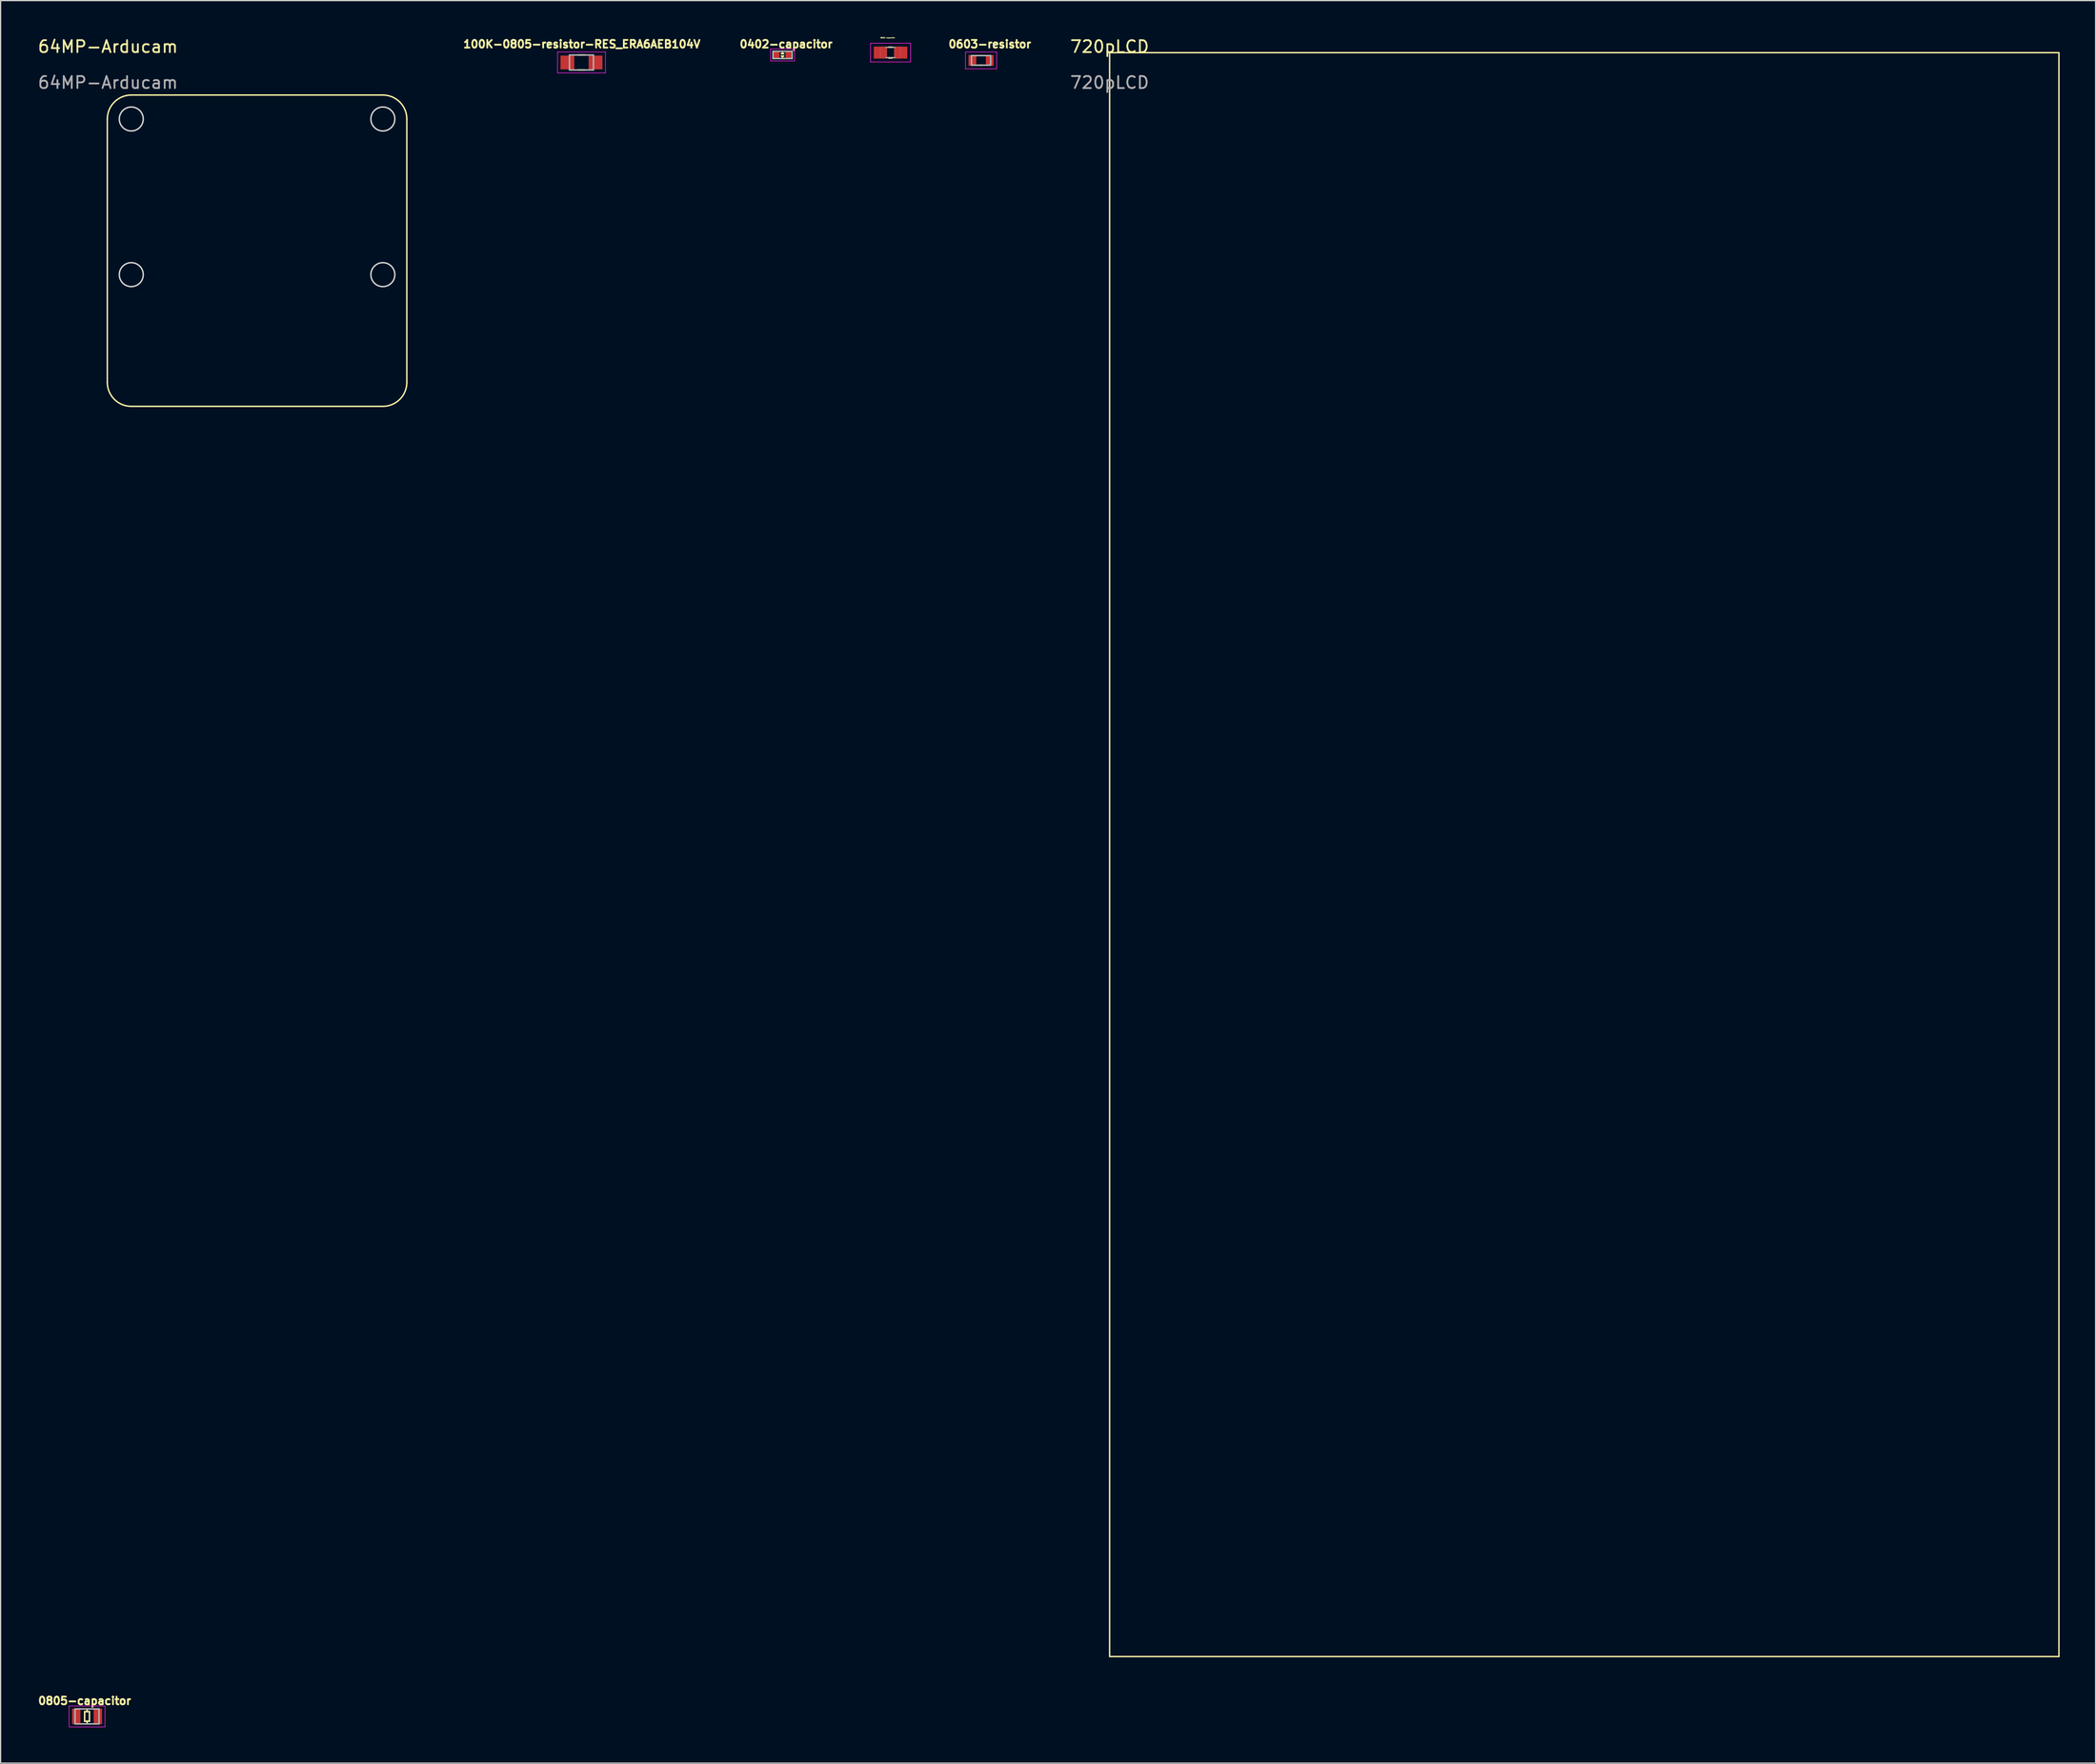
<source format=kicad_pcb>
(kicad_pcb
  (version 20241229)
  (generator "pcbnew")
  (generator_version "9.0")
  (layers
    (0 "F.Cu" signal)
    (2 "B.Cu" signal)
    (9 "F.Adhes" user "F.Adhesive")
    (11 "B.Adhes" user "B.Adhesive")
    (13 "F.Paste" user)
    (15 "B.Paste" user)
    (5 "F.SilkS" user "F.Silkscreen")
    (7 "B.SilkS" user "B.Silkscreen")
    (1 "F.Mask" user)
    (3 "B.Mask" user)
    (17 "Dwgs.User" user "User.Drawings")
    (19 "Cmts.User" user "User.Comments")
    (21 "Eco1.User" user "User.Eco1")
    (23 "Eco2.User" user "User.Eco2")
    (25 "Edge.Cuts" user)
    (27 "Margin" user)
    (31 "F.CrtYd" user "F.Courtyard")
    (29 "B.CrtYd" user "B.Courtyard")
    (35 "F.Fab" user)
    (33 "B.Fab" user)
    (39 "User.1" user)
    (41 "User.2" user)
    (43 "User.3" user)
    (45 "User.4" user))
  (footprint "64MP-Arducam"
    (layer "F.Cu")
    (at 5.908 4.888)
    (property "Reference" "64MP-Arducam" (at 0.051 -4.04 0) (unlocked yes) (layer "F.SilkS") (effects (font (size 1 1) (thickness 0.15))))
    (fp_line (start 0 24) (end 0 2) (stroke (width 0.12) (type default)) (layer "F.SilkS"))
    (fp_line (start 2 0) (end 23 0) (stroke (width 0.12) (type default)) (layer "F.SilkS"))
    (fp_line (start 23 26) (end 2 26) (stroke (width 0.12) (type default)) (layer "F.SilkS"))
    (fp_line (start 25 2) (end 25 24) (stroke (width 0.12) (type default)) (layer "F.SilkS"))
    (fp_arc (start 0 2) (mid 0.585786 0.585786) (end 2 0) (stroke (width 0.12) (type default)) (layer "F.SilkS"))
    (fp_arc (start 2 26) (mid 0.585786 25.414214) (end 0 24) (stroke (width 0.12) (type default)) (layer "F.SilkS"))
    (fp_arc (start 23 0) (mid 24.414214 0.585786) (end 25 2) (stroke (width 0.12) (type default)) (layer "F.SilkS"))
    (fp_arc (start 25 24) (mid 24.414214 25.414214) (end 23 26) (stroke (width 0.12) (type default)) (layer "F.SilkS"))
    (fp_circle (center 2 2) (end 3 2) (stroke (width 0.12) (type solid)) (fill no) (layer "Edge.Cuts"))
    (fp_circle (center 2 15) (end 3 15) (stroke (width 0.12) (type solid)) (fill no) (layer "Edge.Cuts"))
    (fp_circle (center 23 2) (end 24 2) (stroke (width 0.12) (type solid)) (fill no) (layer "Edge.Cuts"))
    (fp_circle (center 23 15) (end 24 15) (stroke (width 0.12) (type solid)) (fill no) (layer "Edge.Cuts"))
    (fp_rect (start 0 0) (end 25 26) (stroke (width 0.12) (type solid)) (fill no) (layer "Margin"))
    (fp_line (start 12.5 -1.5) (end 12.5 27.5) (stroke (width 0.15) (type dash_dot)) (layer "User.1"))
    (fp_line (start 26.5 13) (end -1.5 13) (stroke (width 0.15) (type dash_dot)) (layer "User.1"))
    (fp_text user "${REFERENCE}" (at 0.051 -1.04 0) (unlocked yes) (layer "F.Fab") (effects (font (size 1 1) (thickness 0.15)))))
  (footprint "0603-capacitor"
    (layer "F.Cu")
    (at 71.284 1.342)
    (property "Reference" "0603-capacitor" (at -0.236 -1.239 0) (layer "F.SilkS") (effects (font (size 0.1 0.1) (thickness 0.025))))
    (attr smd)
    (fp_line (start -0.15 -0.45) (end 0.15 -0.45) (stroke (width 0.127) (type solid)) (layer "F.SilkS"))
    (fp_line (start -0.15 0.45) (end 0.15 0.45) (stroke (width 0.127) (type solid)) (layer "F.SilkS"))
    (fp_line (start -1.673 -0.783) (end 1.673 -0.783) (stroke (width 0.051) (type solid)) (layer "F.CrtYd"))
    (fp_line (start -1.673 0.783) (end -1.673 -0.783) (stroke (width 0.051) (type solid)) (layer "F.CrtYd"))
    (fp_line (start 1.673 -0.783) (end 1.673 0.783) (stroke (width 0.051) (type solid)) (layer "F.CrtYd"))
    (fp_line (start 1.673 0.783) (end -1.673 0.783) (stroke (width 0.051) (type solid)) (layer "F.CrtYd"))
    (fp_line (start -0.356 -0.432) (end 0.356 -0.432) (stroke (width 0.102) (type solid)) (layer "F.Fab"))
    (fp_line (start -0.356 0.419) (end 0.356 0.419) (stroke (width 0.102) (type solid)) (layer "F.Fab"))
    (fp_poly (pts (xy -0.839 -0.48) (xy -0.338 -0.48) (xy -0.338 0.47) (xy -0.839 0.47)) (stroke (width 0.01) (type solid)) (fill no) (layer "F.Fab"))
    (fp_poly (pts (xy 0.331 -0.48) (xy 0.83 -0.48) (xy 0.83 0.471) (xy 0.331 0.471)) (stroke (width 0.01) (type solid)) (fill no) (layer "F.Fab"))
    (pad "1" smd rect (at -0.85 0) (size 1.1 1) (layers "F.Cu" "F.Mask" "F.Paste"))
    (pad "2" smd rect (at 0.85 0) (size 1.1 1) (layers "F.Cu" "F.Mask" "F.Paste")))
  (footprint "0805-capacitor"
    (layer "F.Cu")
    (at 4.216 140.306)
    (property "Reference" "0805-capacitor" (at -0.2 -1.3 180) (layer "F.SilkS") (effects (font (size 0.64 0.64) (thickness 0.15))))
    (attr smd)
    (fp_line (start -0.2 -0.4) (end 0.2 -0.4) (stroke (width 0.127) (type solid)) (layer "F.SilkS"))
    (fp_line (start -0.2 0.4) (end -0.2 -0.4) (stroke (width 0.127) (type solid)) (layer "F.SilkS"))
    (fp_line (start -0.2 0.4) (end 0.2 0.4) (stroke (width 0.127) (type solid)) (layer "F.SilkS"))
    (fp_line (start 0 -0.4) (end 0 -0.6) (stroke (width 0.127) (type solid)) (layer "F.SilkS"))
    (fp_line (start 0 0.6) (end 0 0.4) (stroke (width 0.127) (type solid)) (layer "F.SilkS"))
    (fp_line (start 0.2 0.4) (end 0.2 -0.4) (stroke (width 0.127) (type solid)) (layer "F.SilkS"))
    (fp_line (start -1.5 -0.875) (end -1.5 0.875) (stroke (width 0.05) (type solid)) (layer "F.CrtYd"))
    (fp_line (start -1.5 0.875) (end 1.5 0.875) (stroke (width 0.05) (type solid)) (layer "F.CrtYd"))
    (fp_line (start 1.5 -0.875) (end -1.5 -0.875) (stroke (width 0.05) (type solid)) (layer "F.CrtYd"))
    (fp_line (start 1.5 0.875) (end 1.5 -0.875) (stroke (width 0.05) (type solid)) (layer "F.CrtYd"))
    (fp_line (start -1 -0.625) (end -1 0.625) (stroke (width 0.127) (type solid)) (layer "F.Fab"))
    (fp_line (start -1 -0.625) (end 1 -0.625) (stroke (width 0.127) (type solid)) (layer "F.Fab"))
    (fp_line (start -1 0.625) (end 1 0.625) (stroke (width 0.127) (type solid)) (layer "F.Fab"))
    (fp_line (start 1 -0.625) (end 1 0.625) (stroke (width 0.127) (type solid)) (layer "F.Fab"))
    (pad "1" smd rect (at -0.9 0) (size 0.7 1.3) (layers "F.Cu" "F.Mask" "F.Paste"))
    (pad "2" smd rect (at 0.9 0) (size 0.7 1.3) (layers "F.Cu" "F.Mask" "F.Paste")))
  (footprint "100K-0805-resistor-RES_ERA6AEB104V"
    (layer "F.Cu")
    (at 45.486 2.169)
    (property "Reference" "100K-0805-resistor-RES_ERA6AEB104V" (at 0.032 -1.531 0) (layer "F.SilkS") (effects (font (size 0.64 0.64) (thickness 0.15))))
    (attr smd)
    (fp_line (start -0.28 -0.625) (end 0.28 -0.625) (stroke (width 0.127) (type solid)) (layer "F.SilkS"))
    (fp_line (start -0.28 0.625) (end 0.28 0.625) (stroke (width 0.127) (type solid)) (layer "F.SilkS"))
    (fp_line (start -2 -0.875) (end -2 0.875) (stroke (width 0.05) (type solid)) (layer "F.CrtYd"))
    (fp_line (start -2 0.875) (end 2 0.875) (stroke (width 0.05) (type solid)) (layer "F.CrtYd"))
    (fp_line (start 2 -0.875) (end -2 -0.875) (stroke (width 0.05) (type solid)) (layer "F.CrtYd"))
    (fp_line (start 2 0.875) (end 2 -0.875) (stroke (width 0.05) (type solid)) (layer "F.CrtYd"))
    (fp_line (start -1 -0.625) (end -1 0.625) (stroke (width 0.127) (type solid)) (layer "F.Fab"))
    (fp_line (start -1 -0.625) (end 1 -0.625) (stroke (width 0.127) (type solid)) (layer "F.Fab"))
    (fp_line (start -1 0.625) (end 1 0.625) (stroke (width 0.127) (type solid)) (layer "F.Fab"))
    (fp_line (start 1 -0.625) (end 1 0.625) (stroke (width 0.127) (type solid)) (layer "F.Fab"))
    (pad "1" smd rect (at -1.175 0) (size 1.15 1.15) (layers "F.Cu" "F.Mask" "F.Paste"))
    (pad "2" smd rect (at 1.175 0) (size 1.15 1.15) (layers "F.Cu" "F.Mask" "F.Paste")))
  (footprint "0402-capacitor"
    (layer "F.Cu")
    (at 62.269 1.538)
    (property "Reference" "0402-capacitor" (at 0.3 -0.9 0) (layer "F.SilkS") (effects (font (size 0.64 0.64) (thickness 0.15))))
    (attr smd)
    (fp_line (start -0.1 -0.1) (end 0.1 -0.1) (stroke (width 0.127) (type solid)) (layer "F.SilkS"))
    (fp_line (start -0.1 0.1) (end 0.1 0.1) (stroke (width 0.127) (type solid)) (layer "F.SilkS"))
    (fp_line (start 0 -0.1) (end 0 -0.3) (stroke (width 0.127) (type solid)) (layer "F.SilkS"))
    (fp_line (start 0 0.3) (end 0 0.1) (stroke (width 0.127) (type solid)) (layer "F.SilkS"))
    (fp_rect (start -1 -0.5) (end 1 0.5) (stroke (width 0.05) (type default)) (fill no) (layer "F.CrtYd"))
    (fp_line (start -0.8 -0.3) (end -0.8 0.3) (stroke (width 0.127) (type solid)) (layer "F.Fab"))
    (fp_line (start -0.8 -0.3) (end 0.8 -0.3) (stroke (width 0.127) (type solid)) (layer "F.Fab"))
    (fp_line (start -0.8 0.3) (end 0.8 0.3) (stroke (width 0.127) (type solid)) (layer "F.Fab"))
    (fp_line (start 0.8 -0.3) (end 0.8 0.3) (stroke (width 0.127) (type solid)) (layer "F.Fab"))
    (pad "1" smd rect (at -0.5 0) (size 0.5 0.6) (layers "F.Cu" "F.Mask" "F.Paste"))
    (pad "2" smd rect (at 0.5 0) (size 0.5 0.6) (layers "F.Cu" "F.Mask" "F.Paste")))
  (footprint "0603-resistor"
    (layer "F.Cu")
    (at 78.84 1.994)
    (property "Reference" "0603-resistor" (at 0.732 -1.356 0) (layer "F.SilkS") (effects (font (size 0.64 0.64) (thickness 0.15))))
    (attr smd)
    (fp_line (start -0.08 -0.4) (end 0.08 -0.4) (stroke (width 0.127) (type solid)) (layer "F.SilkS"))
    (fp_line (start -0.08 0.4) (end 0.08 0.4) (stroke (width 0.127) (type solid)) (layer "F.SilkS"))
    (fp_line (start -1.3 -0.7) (end -1.3 0.7) (stroke (width 0.05) (type solid)) (layer "F.CrtYd"))
    (fp_line (start -1.3 0.7) (end 1.3 0.7) (stroke (width 0.05) (type solid)) (layer "F.CrtYd"))
    (fp_line (start 1.3 -0.7) (end -1.3 -0.7) (stroke (width 0.05) (type solid)) (layer "F.CrtYd"))
    (fp_line (start 1.3 0.7) (end 1.3 -0.7) (stroke (width 0.05) (type solid)) (layer "F.CrtYd"))
    (fp_line (start -0.8 -0.4) (end -0.8 0.4) (stroke (width 0.127) (type solid)) (layer "F.Fab"))
    (fp_line (start -0.8 -0.4) (end 0.8 -0.4) (stroke (width 0.127) (type solid)) (layer "F.Fab"))
    (fp_line (start -0.8 0.4) (end 0.8 0.4) (stroke (width 0.127) (type solid)) (layer "F.Fab"))
    (fp_line (start 0.8 -0.4) (end 0.8 0.4) (stroke (width 0.127) (type solid)) (layer "F.Fab"))
    (pad "1" smd rect (at -0.725 0) (size 0.65 0.9) (layers "F.Cu" "F.Mask" "F.Paste"))
    (pad "2" smd rect (at 0.725 0) (size 0.65 0.9) (layers "F.Cu" "F.Mask" "F.Paste")))
  (footprint "720pLCD"
    (layer "F.Cu")
    (at 89.572 1.348)
    (property "Reference" "720pLCD" (at 0 -0.5 0) (unlocked yes) (layer "F.SilkS") (effects (font (size 1 1) (thickness 0.15))))
    (fp_rect (start 0 0) (end 79.24 133.96) (stroke (width 0.12) (type solid)) (fill no) (layer "F.SilkS"))
    (fp_text user "${REFERENCE}" (at 0 2.5 0) (unlocked yes) (layer "F.Fab") (effects (font (size 1 1) (thickness 0.15)))))
  (gr_rect
    (start -3 -3)
    (end 171.872 144.206)
    (stroke (width 0.1) (type default))
    (fill no)
    (layer "Edge.Cuts")))
</source>
